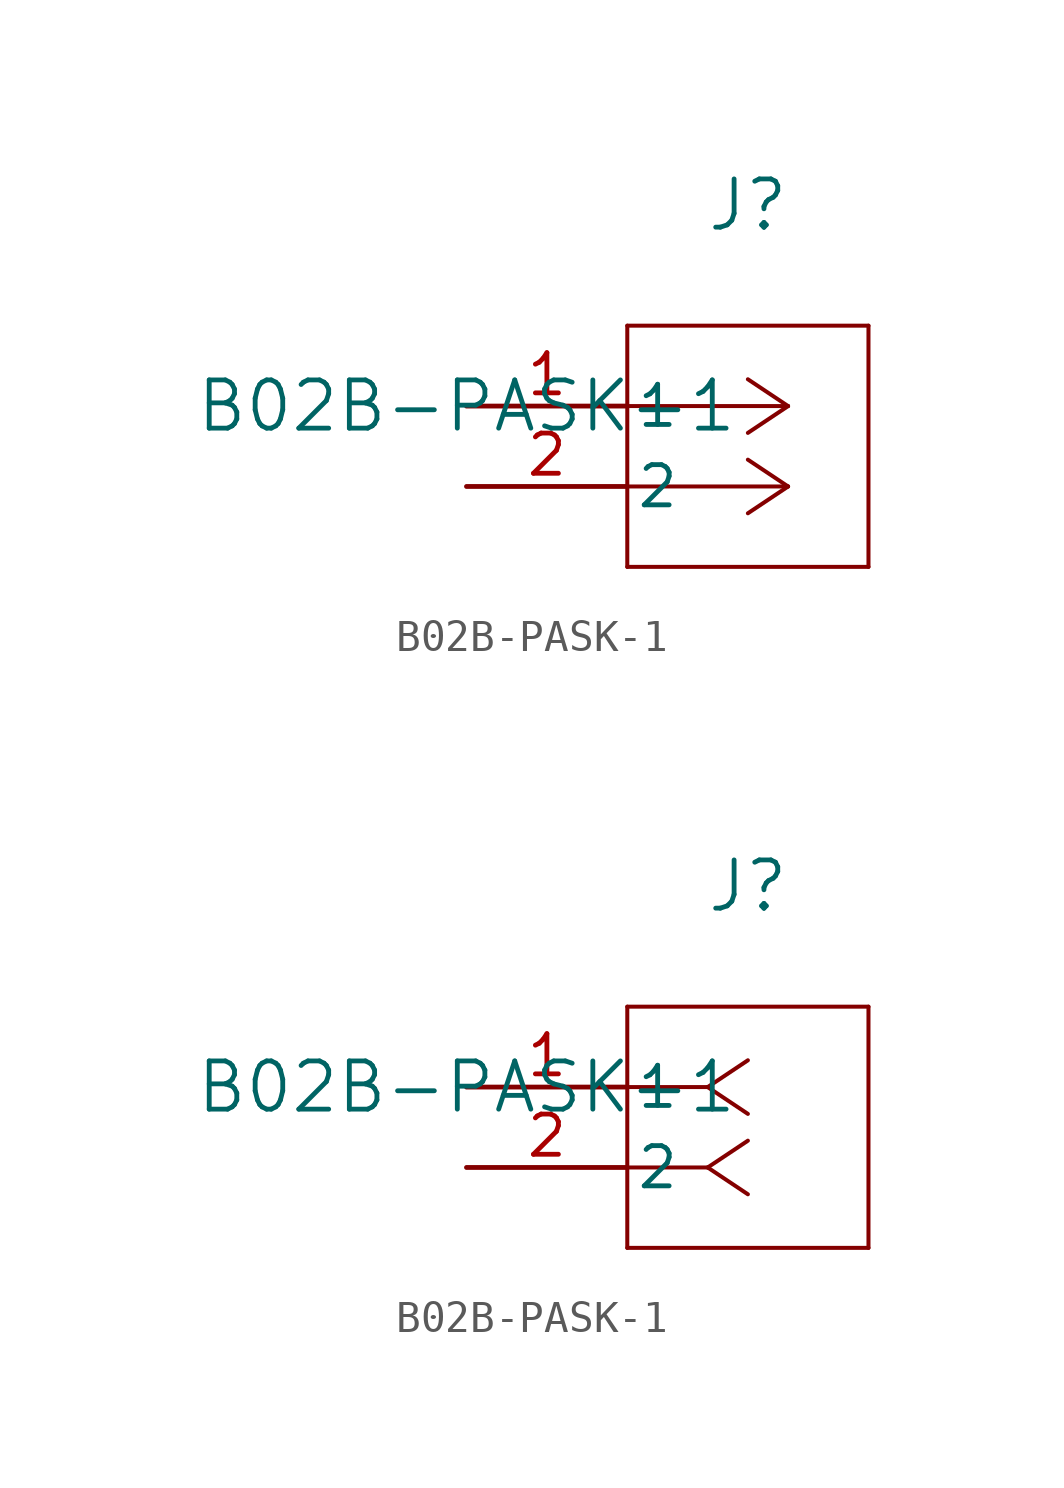
<source format=kicad_sym>
(kicad_symbol_lib
  (version 20231120)
  (generator "kicad_symbol_editor")
  (generator_version "8.0")
  (symbol "B02B-PASK-1"
    (pin_names
      (offset 0.254))
    (property "Reference" "J"
      (at 8.89 6.35 0)
      (effects (font (size 1.524 1.524))))
    (property "Value" "B02B-PASK-1"
      (at 0 0 0)
      (effects (font (size 1.524 1.524))))
    (symbol "B02B-PASK-1_1_1"
      (polyline (pts (xy 5.08 -5.08) (xy 12.7 -5.08)) (stroke (width 0.127) (type default)) (fill (type none)))
      (polyline (pts (xy 5.08 2.54) (xy 5.08 -5.08)) (stroke (width 0.127) (type default)) (fill (type none)))
      (polyline (pts (xy 10.16 -2.54) (xy 5.08 -2.54)) (stroke (width 0.127) (type default)) (fill (type none)))
      (polyline (pts (xy 10.16 -2.54) (xy 8.89 -3.387)) (stroke (width 0.127) (type default)) (fill (type none)))
      (polyline (pts (xy 10.16 -2.54) (xy 8.89 -1.693)) (stroke (width 0.127) (type default)) (fill (type none)))
      (polyline (pts (xy 10.16 0) (xy 5.08 0)) (stroke (width 0.127) (type default)) (fill (type none)))
      (polyline (pts (xy 10.16 0) (xy 8.89 -0.847)) (stroke (width 0.127) (type default)) (fill (type none)))
      (polyline (pts (xy 10.16 0) (xy 8.89 0.847)) (stroke (width 0.127) (type default)) (fill (type none)))
      (polyline (pts (xy 12.7 -5.08) (xy 12.7 2.54)) (stroke (width 0.127) (type default)) (fill (type none)))
      (polyline (pts (xy 12.7 2.54) (xy 5.08 2.54)) (stroke (width 0.127) (type default)) (fill (type none)))
      (pin unspecified line (at 0 0 0) (length 5.08) (name "1" (effects (font (size 1.27 1.27)))) (number "1" (effects (font (size 1.27 1.27)))))
      (pin unspecified line (at 0 -2.54 0) (length 5.08) (name "2" (effects (font (size 1.27 1.27)))) (number "2" (effects (font (size 1.27 1.27))))))
    (symbol "B02B-PASK-1_1_2"
      (polyline (pts (xy 5.08 -5.08) (xy 12.7 -5.08)) (stroke (width 0.127) (type default)) (fill (type none)))
      (polyline (pts (xy 5.08 2.54) (xy 5.08 -5.08)) (stroke (width 0.127) (type default)) (fill (type none)))
      (polyline (pts (xy 7.62 -2.54) (xy 5.08 -2.54)) (stroke (width 0.127) (type default)) (fill (type none)))
      (polyline (pts (xy 7.62 -2.54) (xy 8.89 -3.387)) (stroke (width 0.127) (type default)) (fill (type none)))
      (polyline (pts (xy 7.62 -2.54) (xy 8.89 -1.693)) (stroke (width 0.127) (type default)) (fill (type none)))
      (polyline (pts (xy 7.62 0) (xy 5.08 0)) (stroke (width 0.127) (type default)) (fill (type none)))
      (polyline (pts (xy 7.62 0) (xy 8.89 -0.847)) (stroke (width 0.127) (type default)) (fill (type none)))
      (polyline (pts (xy 7.62 0) (xy 8.89 0.847)) (stroke (width 0.127) (type default)) (fill (type none)))
      (polyline (pts (xy 12.7 -5.08) (xy 12.7 2.54)) (stroke (width 0.127) (type default)) (fill (type none)))
      (polyline (pts (xy 12.7 2.54) (xy 5.08 2.54)) (stroke (width 0.127) (type default)) (fill (type none)))
      (pin unspecified line (at 0 0 0) (length 5.08) (name "1" (effects (font (size 1.27 1.27)))) (number "1" (effects (font (size 1.27 1.27)))))
      (pin unspecified line (at 0 -2.54 0) (length 5.08) (name "2" (effects (font (size 1.27 1.27)))) (number "2" (effects (font (size 1.27 1.27))))))))
</source>
